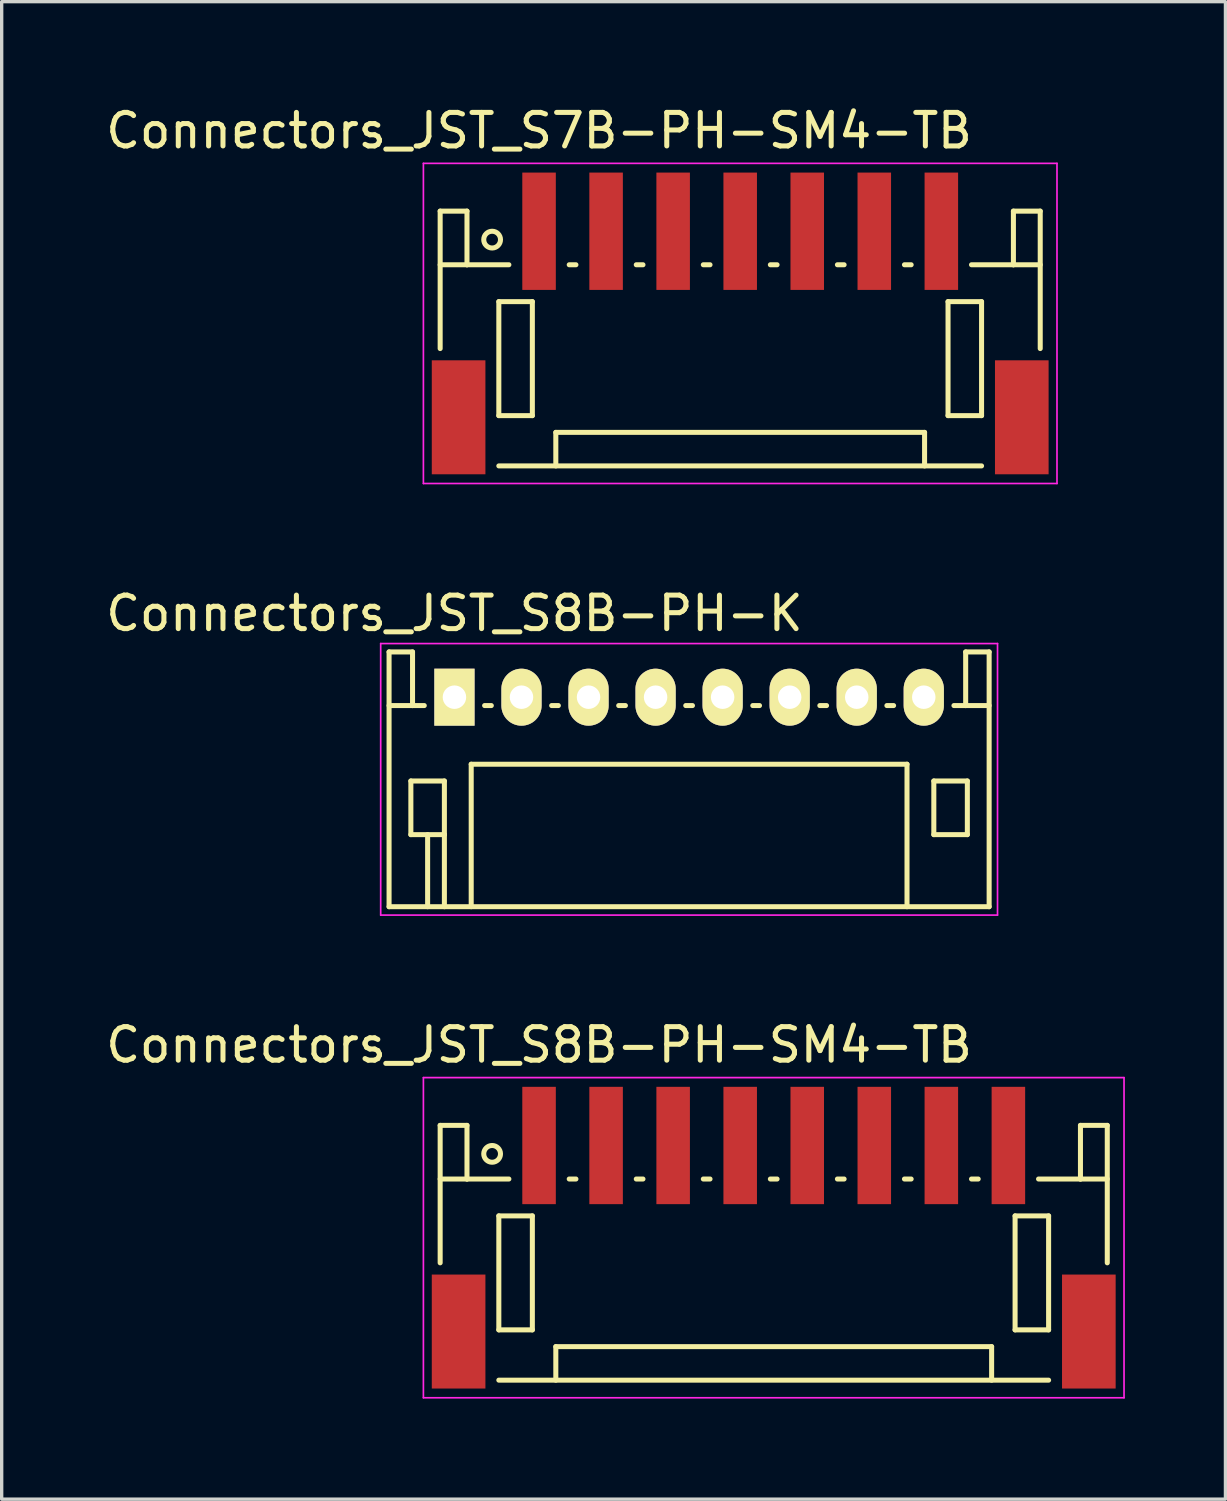
<source format=kicad_pcb>
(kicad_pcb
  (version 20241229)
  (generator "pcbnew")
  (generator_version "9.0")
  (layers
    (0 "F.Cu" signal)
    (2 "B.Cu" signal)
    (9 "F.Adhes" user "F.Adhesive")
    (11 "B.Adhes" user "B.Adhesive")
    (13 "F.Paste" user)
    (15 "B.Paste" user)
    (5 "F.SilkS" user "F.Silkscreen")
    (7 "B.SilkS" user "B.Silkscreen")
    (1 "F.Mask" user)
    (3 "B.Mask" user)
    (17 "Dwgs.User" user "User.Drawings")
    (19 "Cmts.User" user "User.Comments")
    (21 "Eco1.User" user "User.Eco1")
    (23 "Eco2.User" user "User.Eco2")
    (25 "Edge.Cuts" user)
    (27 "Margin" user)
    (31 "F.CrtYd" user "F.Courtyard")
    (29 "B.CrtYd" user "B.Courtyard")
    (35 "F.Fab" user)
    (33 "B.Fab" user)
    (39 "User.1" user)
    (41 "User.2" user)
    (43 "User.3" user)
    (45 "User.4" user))
  (footprint "Connectors_JST_S7B-PH-SM4-TB"
    (layer "F.Cu")
    (at 19.03 6.623)
    (property "Reference" "Connectors_JST_S7B-PH-SM4-TB" (at -6 -5.775 0) (layer "F.SilkS") (effects (font (size 1 1) (thickness 0.15))))
    (attr smd)
    (fp_line (start -8.95 -3.375) (end -8.95 0.725) (stroke (width 0.15) (type solid)) (layer "F.SilkS"))
    (fp_line (start -8.15 -3.375) (end -8.95 -3.375) (stroke (width 0.15) (type solid)) (layer "F.SilkS"))
    (fp_line (start -8.15 -1.775) (end -8.95 -1.775) (stroke (width 0.15) (type solid)) (layer "F.SilkS"))
    (fp_line (start -8.15 -1.775) (end -8.15 -3.375) (stroke (width 0.15) (type solid)) (layer "F.SilkS"))
    (fp_line (start -7.2 -0.675) (end -7.2 2.725) (stroke (width 0.15) (type solid)) (layer "F.SilkS"))
    (fp_line (start -7.2 2.725) (end -6.2 2.725) (stroke (width 0.15) (type solid)) (layer "F.SilkS"))
    (fp_line (start -7.2 4.225) (end 7.2 4.225) (stroke (width 0.15) (type solid)) (layer "F.SilkS"))
    (fp_line (start -6.9 -1.775) (end -8.15 -1.775) (stroke (width 0.15) (type solid)) (layer "F.SilkS"))
    (fp_line (start -6.2 -0.675) (end -7.2 -0.675) (stroke (width 0.15) (type solid)) (layer "F.SilkS"))
    (fp_line (start -6.2 2.725) (end -6.2 -0.675) (stroke (width 0.15) (type solid)) (layer "F.SilkS"))
    (fp_line (start -5.5 3.225) (end 5.5 3.225) (stroke (width 0.15) (type solid)) (layer "F.SilkS"))
    (fp_line (start -5.5 4.225) (end -5.5 3.225) (stroke (width 0.15) (type solid)) (layer "F.SilkS"))
    (fp_line (start -5.1 -1.775) (end -4.9 -1.775) (stroke (width 0.15) (type solid)) (layer "F.SilkS"))
    (fp_line (start -3.1 -1.775) (end -2.9 -1.775) (stroke (width 0.15) (type solid)) (layer "F.SilkS"))
    (fp_line (start -1.1 -1.775) (end -0.9 -1.775) (stroke (width 0.15) (type solid)) (layer "F.SilkS"))
    (fp_line (start 0.9 -1.775) (end 1.1 -1.775) (stroke (width 0.15) (type solid)) (layer "F.SilkS"))
    (fp_line (start 2.9 -1.775) (end 3.1 -1.775) (stroke (width 0.15) (type solid)) (layer "F.SilkS"))
    (fp_line (start 4.9 -1.775) (end 5.1 -1.775) (stroke (width 0.15) (type solid)) (layer "F.SilkS"))
    (fp_line (start 5.5 3.225) (end 5.5 4.225) (stroke (width 0.15) (type solid)) (layer "F.SilkS"))
    (fp_line (start 6.2 -0.675) (end 7.2 -0.675) (stroke (width 0.15) (type solid)) (layer "F.SilkS"))
    (fp_line (start 6.2 2.725) (end 6.2 -0.675) (stroke (width 0.15) (type solid)) (layer "F.SilkS"))
    (fp_line (start 6.9 -1.775) (end 8.15 -1.775) (stroke (width 0.15) (type solid)) (layer "F.SilkS"))
    (fp_line (start 7.2 -0.675) (end 7.2 2.725) (stroke (width 0.15) (type solid)) (layer "F.SilkS"))
    (fp_line (start 7.2 2.725) (end 6.2 2.725) (stroke (width 0.15) (type solid)) (layer "F.SilkS"))
    (fp_line (start 8.15 -3.375) (end 8.95 -3.375) (stroke (width 0.15) (type solid)) (layer "F.SilkS"))
    (fp_line (start 8.15 -1.775) (end 8.15 -3.375) (stroke (width 0.15) (type solid)) (layer "F.SilkS"))
    (fp_line (start 8.15 -1.775) (end 8.95 -1.775) (stroke (width 0.15) (type solid)) (layer "F.SilkS"))
    (fp_line (start 8.95 -3.375) (end 8.95 0.725) (stroke (width 0.15) (type solid)) (layer "F.SilkS"))
    (fp_circle (center -7.4 -2.525) (end -7.15 -2.525) (stroke (width 0.15) (type solid)) (fill no) (layer "F.SilkS"))
    (fp_line (start -9.45 -4.8) (end 9.45 -4.8) (stroke (width 0.05) (type solid)) (layer "F.CrtYd"))
    (fp_line (start -9.45 4.75) (end -9.45 -4.8) (stroke (width 0.05) (type solid)) (layer "F.CrtYd"))
    (fp_line (start 9.45 -4.8) (end 9.45 4.75) (stroke (width 0.05) (type solid)) (layer "F.CrtYd"))
    (fp_line (start 9.45 4.75) (end -9.45 4.75) (stroke (width 0.05) (type solid)) (layer "F.CrtYd"))
    (pad "" smd rect (at -8.4 2.775) (size 1.6 3.4) (layers "F.Cu" "F.Mask" "F.Paste"))
    (pad "" smd rect (at 8.4 2.775) (size 1.6 3.4) (layers "F.Cu" "F.Mask" "F.Paste"))
    (pad "1" smd rect (at -6 -2.775) (size 1 3.5) (layers "F.Cu" "F.Mask" "F.Paste"))
    (pad "2" smd rect (at -4 -2.775) (size 1 3.5) (layers "F.Cu" "F.Mask" "F.Paste"))
    (pad "3" smd rect (at -2 -2.775) (size 1 3.5) (layers "F.Cu" "F.Mask" "F.Paste"))
    (pad "4" smd rect (at 0 -2.775) (size 1 3.5) (layers "F.Cu" "F.Mask" "F.Paste"))
    (pad "5" smd rect (at 2 -2.775) (size 1 3.5) (layers "F.Cu" "F.Mask" "F.Paste"))
    (pad "6" smd rect (at 4 -2.775) (size 1 3.5) (layers "F.Cu" "F.Mask" "F.Paste"))
    (pad "7" smd rect (at 6 -2.775) (size 1 3.5) (layers "F.Cu" "F.Mask" "F.Paste")))
  (footprint "Connectors_JST_S8B-PH-K"
    (layer "F.Cu")
    (at 10.506 17.747)
    (property "Reference" "Connectors_JST_S8B-PH-K" (at 0 -2.5 0) (layer "F.SilkS") (effects (font (size 1 1) (thickness 0.15))))
    (attr through_hole)
    (fp_line (start -1.95 -1.35) (end -1.95 6.25) (stroke (width 0.15) (type solid)) (layer "F.SilkS"))
    (fp_line (start -1.95 0.25) (end -1.25 0.25) (stroke (width 0.15) (type solid)) (layer "F.SilkS"))
    (fp_line (start -1.95 6.25) (end 15.95 6.25) (stroke (width 0.15) (type solid)) (layer "F.SilkS"))
    (fp_line (start -1.3 2.5) (end -1.3 4.1) (stroke (width 0.15) (type solid)) (layer "F.SilkS"))
    (fp_line (start -1.3 4.1) (end -0.3 4.1) (stroke (width 0.15) (type solid)) (layer "F.SilkS"))
    (fp_line (start -1.25 -1.35) (end -1.95 -1.35) (stroke (width 0.15) (type solid)) (layer "F.SilkS"))
    (fp_line (start -1.25 0.25) (end -1.25 -1.35) (stroke (width 0.15) (type solid)) (layer "F.SilkS"))
    (fp_line (start -0.9 0.25) (end -1.25 0.25) (stroke (width 0.15) (type solid)) (layer "F.SilkS"))
    (fp_line (start -0.8 4.1) (end -0.8 6.25) (stroke (width 0.15) (type solid)) (layer "F.SilkS"))
    (fp_line (start -0.3 2.5) (end -1.3 2.5) (stroke (width 0.15) (type solid)) (layer "F.SilkS"))
    (fp_line (start -0.3 4.1) (end -0.3 2.5) (stroke (width 0.15) (type solid)) (layer "F.SilkS"))
    (fp_line (start -0.3 4.1) (end -0.3 6.25) (stroke (width 0.15) (type solid)) (layer "F.SilkS"))
    (fp_line (start 0.5 2) (end 13.5 2) (stroke (width 0.15) (type solid)) (layer "F.SilkS"))
    (fp_line (start 0.5 6.25) (end 0.5 2) (stroke (width 0.15) (type solid)) (layer "F.SilkS"))
    (fp_line (start 0.9 0.25) (end 1.1 0.25) (stroke (width 0.15) (type solid)) (layer "F.SilkS"))
    (fp_line (start 2.9 0.25) (end 3.1 0.25) (stroke (width 0.15) (type solid)) (layer "F.SilkS"))
    (fp_line (start 4.9 0.25) (end 5.1 0.25) (stroke (width 0.15) (type solid)) (layer "F.SilkS"))
    (fp_line (start 6.9 0.25) (end 7.1 0.25) (stroke (width 0.15) (type solid)) (layer "F.SilkS"))
    (fp_line (start 8.9 0.25) (end 9.1 0.25) (stroke (width 0.15) (type solid)) (layer "F.SilkS"))
    (fp_line (start 10.9 0.25) (end 11.1 0.25) (stroke (width 0.15) (type solid)) (layer "F.SilkS"))
    (fp_line (start 12.9 0.25) (end 13.1 0.25) (stroke (width 0.15) (type solid)) (layer "F.SilkS"))
    (fp_line (start 13.5 2) (end 13.5 6.25) (stroke (width 0.15) (type solid)) (layer "F.SilkS"))
    (fp_line (start 14.3 2.5) (end 15.3 2.5) (stroke (width 0.15) (type solid)) (layer "F.SilkS"))
    (fp_line (start 14.3 4.1) (end 14.3 2.5) (stroke (width 0.15) (type solid)) (layer "F.SilkS"))
    (fp_line (start 15.25 -1.35) (end 15.25 0.25) (stroke (width 0.15) (type solid)) (layer "F.SilkS"))
    (fp_line (start 15.25 0.25) (end 14.9 0.25) (stroke (width 0.15) (type solid)) (layer "F.SilkS"))
    (fp_line (start 15.3 2.5) (end 15.3 4.1) (stroke (width 0.15) (type solid)) (layer "F.SilkS"))
    (fp_line (start 15.3 4.1) (end 14.3 4.1) (stroke (width 0.15) (type solid)) (layer "F.SilkS"))
    (fp_line (start 15.95 -1.35) (end 15.25 -1.35) (stroke (width 0.15) (type solid)) (layer "F.SilkS"))
    (fp_line (start 15.95 0.25) (end 15.25 0.25) (stroke (width 0.15) (type solid)) (layer "F.SilkS"))
    (fp_line (start 15.95 6.25) (end 15.95 -1.35) (stroke (width 0.15) (type solid)) (layer "F.SilkS"))
    (fp_line (start -2.2 -1.6) (end 16.2 -1.6) (stroke (width 0.05) (type solid)) (layer "F.CrtYd"))
    (fp_line (start -2.2 6.5) (end -2.2 -1.6) (stroke (width 0.05) (type solid)) (layer "F.CrtYd"))
    (fp_line (start 16.2 -1.6) (end 16.2 6.5) (stroke (width 0.05) (type solid)) (layer "F.CrtYd"))
    (fp_line (start 16.2 6.5) (end -2.2 6.5) (stroke (width 0.05) (type solid)) (layer "F.CrtYd"))
    (pad "1" thru_hole rect (at 0 0) (size 1.2 1.7) (drill 0.7) (layers "*.Cu" "*.Mask" "F.SilkS"))
    (pad "2" thru_hole oval (at 2 0) (size 1.2 1.7) (drill 0.7) (layers "*.Cu" "*.Mask" "F.SilkS"))
    (pad "3" thru_hole oval (at 4 0) (size 1.2 1.7) (drill 0.7) (layers "*.Cu" "*.Mask" "F.SilkS"))
    (pad "4" thru_hole oval (at 6 0) (size 1.2 1.7) (drill 0.7) (layers "*.Cu" "*.Mask" "F.SilkS"))
    (pad "5" thru_hole oval (at 8 0) (size 1.2 1.7) (drill 0.7) (layers "*.Cu" "*.Mask" "F.SilkS"))
    (pad "6" thru_hole oval (at 10 0) (size 1.2 1.7) (drill 0.7) (layers "*.Cu" "*.Mask" "F.SilkS"))
    (pad "7" thru_hole oval (at 12 0) (size 1.2 1.7) (drill 0.7) (layers "*.Cu" "*.Mask" "F.SilkS"))
    (pad "8" thru_hole oval (at 14 0) (size 1.2 1.7) (drill 0.7) (layers "*.Cu" "*.Mask" "F.SilkS")))
  (footprint "Connectors_JST_S8B-PH-SM4-TB"
    (layer "F.Cu")
    (at 20.03 33.895)
    (property "Reference" "Connectors_JST_S8B-PH-SM4-TB" (at -7 -5.775 0) (layer "F.SilkS") (effects (font (size 1 1) (thickness 0.15))))
    (attr smd)
    (fp_line (start -9.95 -3.375) (end -9.95 0.725) (stroke (width 0.15) (type solid)) (layer "F.SilkS"))
    (fp_line (start -9.15 -3.375) (end -9.95 -3.375) (stroke (width 0.15) (type solid)) (layer "F.SilkS"))
    (fp_line (start -9.15 -1.775) (end -9.95 -1.775) (stroke (width 0.15) (type solid)) (layer "F.SilkS"))
    (fp_line (start -9.15 -1.775) (end -9.15 -3.375) (stroke (width 0.15) (type solid)) (layer "F.SilkS"))
    (fp_line (start -8.2 -0.675) (end -8.2 2.725) (stroke (width 0.15) (type solid)) (layer "F.SilkS"))
    (fp_line (start -8.2 2.725) (end -7.2 2.725) (stroke (width 0.15) (type solid)) (layer "F.SilkS"))
    (fp_line (start -8.2 4.225) (end 8.2 4.225) (stroke (width 0.15) (type solid)) (layer "F.SilkS"))
    (fp_line (start -7.9 -1.775) (end -9.15 -1.775) (stroke (width 0.15) (type solid)) (layer "F.SilkS"))
    (fp_line (start -7.2 -0.675) (end -8.2 -0.675) (stroke (width 0.15) (type solid)) (layer "F.SilkS"))
    (fp_line (start -7.2 2.725) (end -7.2 -0.675) (stroke (width 0.15) (type solid)) (layer "F.SilkS"))
    (fp_line (start -6.5 3.225) (end 6.5 3.225) (stroke (width 0.15) (type solid)) (layer "F.SilkS"))
    (fp_line (start -6.5 4.225) (end -6.5 3.225) (stroke (width 0.15) (type solid)) (layer "F.SilkS"))
    (fp_line (start -6.1 -1.775) (end -5.9 -1.775) (stroke (width 0.15) (type solid)) (layer "F.SilkS"))
    (fp_line (start -4.1 -1.775) (end -3.9 -1.775) (stroke (width 0.15) (type solid)) (layer "F.SilkS"))
    (fp_line (start -2.1 -1.775) (end -1.9 -1.775) (stroke (width 0.15) (type solid)) (layer "F.SilkS"))
    (fp_line (start -0.1 -1.775) (end 0.1 -1.775) (stroke (width 0.15) (type solid)) (layer "F.SilkS"))
    (fp_line (start 1.9 -1.775) (end 2.1 -1.775) (stroke (width 0.15) (type solid)) (layer "F.SilkS"))
    (fp_line (start 3.9 -1.775) (end 4.1 -1.775) (stroke (width 0.15) (type solid)) (layer "F.SilkS"))
    (fp_line (start 5.9 -1.775) (end 6.1 -1.775) (stroke (width 0.15) (type solid)) (layer "F.SilkS"))
    (fp_line (start 6.5 3.225) (end 6.5 4.225) (stroke (width 0.15) (type solid)) (layer "F.SilkS"))
    (fp_line (start 7.2 -0.675) (end 8.2 -0.675) (stroke (width 0.15) (type solid)) (layer "F.SilkS"))
    (fp_line (start 7.2 2.725) (end 7.2 -0.675) (stroke (width 0.15) (type solid)) (layer "F.SilkS"))
    (fp_line (start 7.9 -1.775) (end 9.15 -1.775) (stroke (width 0.15) (type solid)) (layer "F.SilkS"))
    (fp_line (start 8.2 -0.675) (end 8.2 2.725) (stroke (width 0.15) (type solid)) (layer "F.SilkS"))
    (fp_line (start 8.2 2.725) (end 7.2 2.725) (stroke (width 0.15) (type solid)) (layer "F.SilkS"))
    (fp_line (start 9.15 -3.375) (end 9.95 -3.375) (stroke (width 0.15) (type solid)) (layer "F.SilkS"))
    (fp_line (start 9.15 -1.775) (end 9.15 -3.375) (stroke (width 0.15) (type solid)) (layer "F.SilkS"))
    (fp_line (start 9.15 -1.775) (end 9.95 -1.775) (stroke (width 0.15) (type solid)) (layer "F.SilkS"))
    (fp_line (start 9.95 -3.375) (end 9.95 0.725) (stroke (width 0.15) (type solid)) (layer "F.SilkS"))
    (fp_circle (center -8.4 -2.525) (end -8.15 -2.525) (stroke (width 0.15) (type solid)) (fill no) (layer "F.SilkS"))
    (fp_line (start -10.45 -4.8) (end 10.45 -4.8) (stroke (width 0.05) (type solid)) (layer "F.CrtYd"))
    (fp_line (start -10.45 4.75) (end -10.45 -4.8) (stroke (width 0.05) (type solid)) (layer "F.CrtYd"))
    (fp_line (start 10.45 -4.8) (end 10.45 4.75) (stroke (width 0.05) (type solid)) (layer "F.CrtYd"))
    (fp_line (start 10.45 4.75) (end -10.45 4.75) (stroke (width 0.05) (type solid)) (layer "F.CrtYd"))
    (pad "" smd rect (at -9.4 2.775) (size 1.6 3.4) (layers "F.Cu" "F.Mask" "F.Paste"))
    (pad "" smd rect (at 9.4 2.775) (size 1.6 3.4) (layers "F.Cu" "F.Mask" "F.Paste"))
    (pad "1" smd rect (at -7 -2.775) (size 1 3.5) (layers "F.Cu" "F.Mask" "F.Paste"))
    (pad "2" smd rect (at -5 -2.775) (size 1 3.5) (layers "F.Cu" "F.Mask" "F.Paste"))
    (pad "3" smd rect (at -3 -2.775) (size 1 3.5) (layers "F.Cu" "F.Mask" "F.Paste"))
    (pad "4" smd rect (at -1 -2.775) (size 1 3.5) (layers "F.Cu" "F.Mask" "F.Paste"))
    (pad "5" smd rect (at 1 -2.775) (size 1 3.5) (layers "F.Cu" "F.Mask" "F.Paste"))
    (pad "6" smd rect (at 3 -2.775) (size 1 3.5) (layers "F.Cu" "F.Mask" "F.Paste"))
    (pad "7" smd rect (at 5 -2.775) (size 1 3.5) (layers "F.Cu" "F.Mask" "F.Paste"))
    (pad "8" smd rect (at 7 -2.775) (size 1 3.5) (layers "F.Cu" "F.Mask" "F.Paste")))
  (gr_rect
    (start -3 -3)
    (end 33.505 41.67)
    (stroke (width 0.1) (type default))
    (fill no)
    (layer "Edge.Cuts")))
</source>
